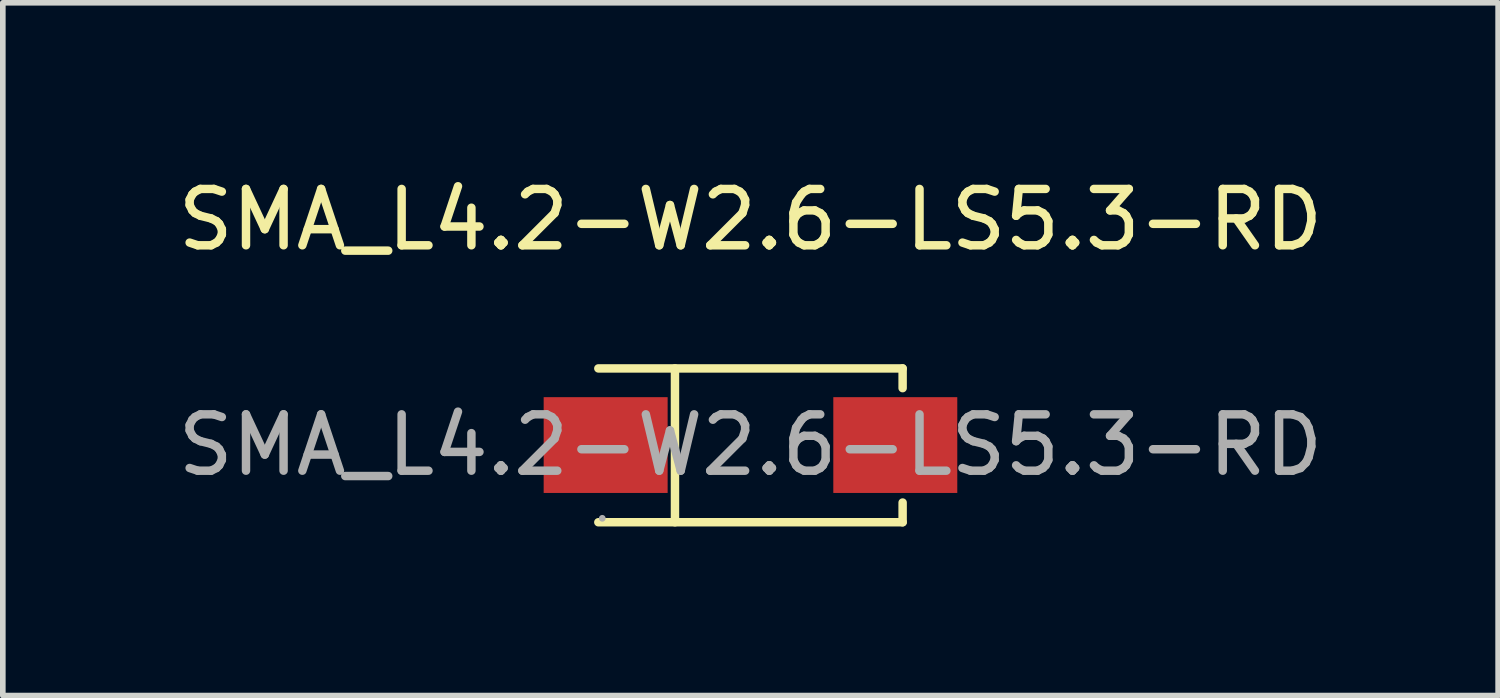
<source format=kicad_pcb>
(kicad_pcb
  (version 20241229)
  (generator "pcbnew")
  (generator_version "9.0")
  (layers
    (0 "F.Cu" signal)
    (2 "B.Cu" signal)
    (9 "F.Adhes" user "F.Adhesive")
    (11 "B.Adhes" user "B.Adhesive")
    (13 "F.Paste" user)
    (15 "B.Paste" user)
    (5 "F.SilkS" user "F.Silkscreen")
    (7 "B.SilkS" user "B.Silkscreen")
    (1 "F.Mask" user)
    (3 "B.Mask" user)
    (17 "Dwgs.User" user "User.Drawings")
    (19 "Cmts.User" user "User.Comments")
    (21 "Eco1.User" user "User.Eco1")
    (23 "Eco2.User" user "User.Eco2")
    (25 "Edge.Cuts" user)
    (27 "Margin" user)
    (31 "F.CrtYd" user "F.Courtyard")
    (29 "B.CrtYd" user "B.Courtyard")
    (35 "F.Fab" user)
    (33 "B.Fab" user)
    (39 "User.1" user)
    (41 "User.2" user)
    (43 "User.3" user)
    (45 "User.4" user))
  (footprint "SMA_L4.2-W2.6-LS5.3-RD"
    (layer "F.Cu")
    (at 10.268 4.848)
    (property "Reference" "SMA_L4.2-W2.6-LS5.3-RD" (at 0 -4 0) (layer "F.SilkS") (effects (font (size 1 1) (thickness 0.15))))
    (attr smd)
    (fp_line (start -2.7 -1.36) (end 2.7 -1.36) (stroke (width 0.15) (type solid)) (layer "F.SilkS"))
    (fp_line (start -2.7 1.37) (end 2.7 1.37) (stroke (width 0.15) (type solid)) (layer "F.SilkS"))
    (fp_line (start -1.34 -1.36) (end -1.34 1.37) (stroke (width 0.15) (type solid)) (layer "F.SilkS"))
    (fp_line (start 2.7 -1.36) (end 2.7 -1.01) (stroke (width 0.15) (type solid)) (layer "F.SilkS"))
    (fp_line (start 2.7 1.37) (end 2.7 1.02) (stroke (width 0.15) (type solid)) (layer "F.SilkS"))
    (fp_circle (center -2.63 1.3) (end -2.6 1.3) (stroke (width 0.06) (type solid)) (fill no) (layer "F.Fab"))
    (fp_text user "${REFERENCE}" (at 0 0 0) (layer "F.Fab") (effects (font (size 1 1) (thickness 0.15))))
    (pad "1" smd rect (at -2.57 0) (size 2.2 1.7) (layers "F.Cu" "F.Mask" "F.Paste"))
    (pad "2" smd rect (at 2.57 0) (size 2.2 1.7) (layers "F.Cu" "F.Mask" "F.Paste")))
  (gr_rect
    (start -3 -3)
    (end 23.536 9.293)
    (stroke (width 0.1) (type default))
    (fill no)
    (layer "Edge.Cuts")))
</source>
